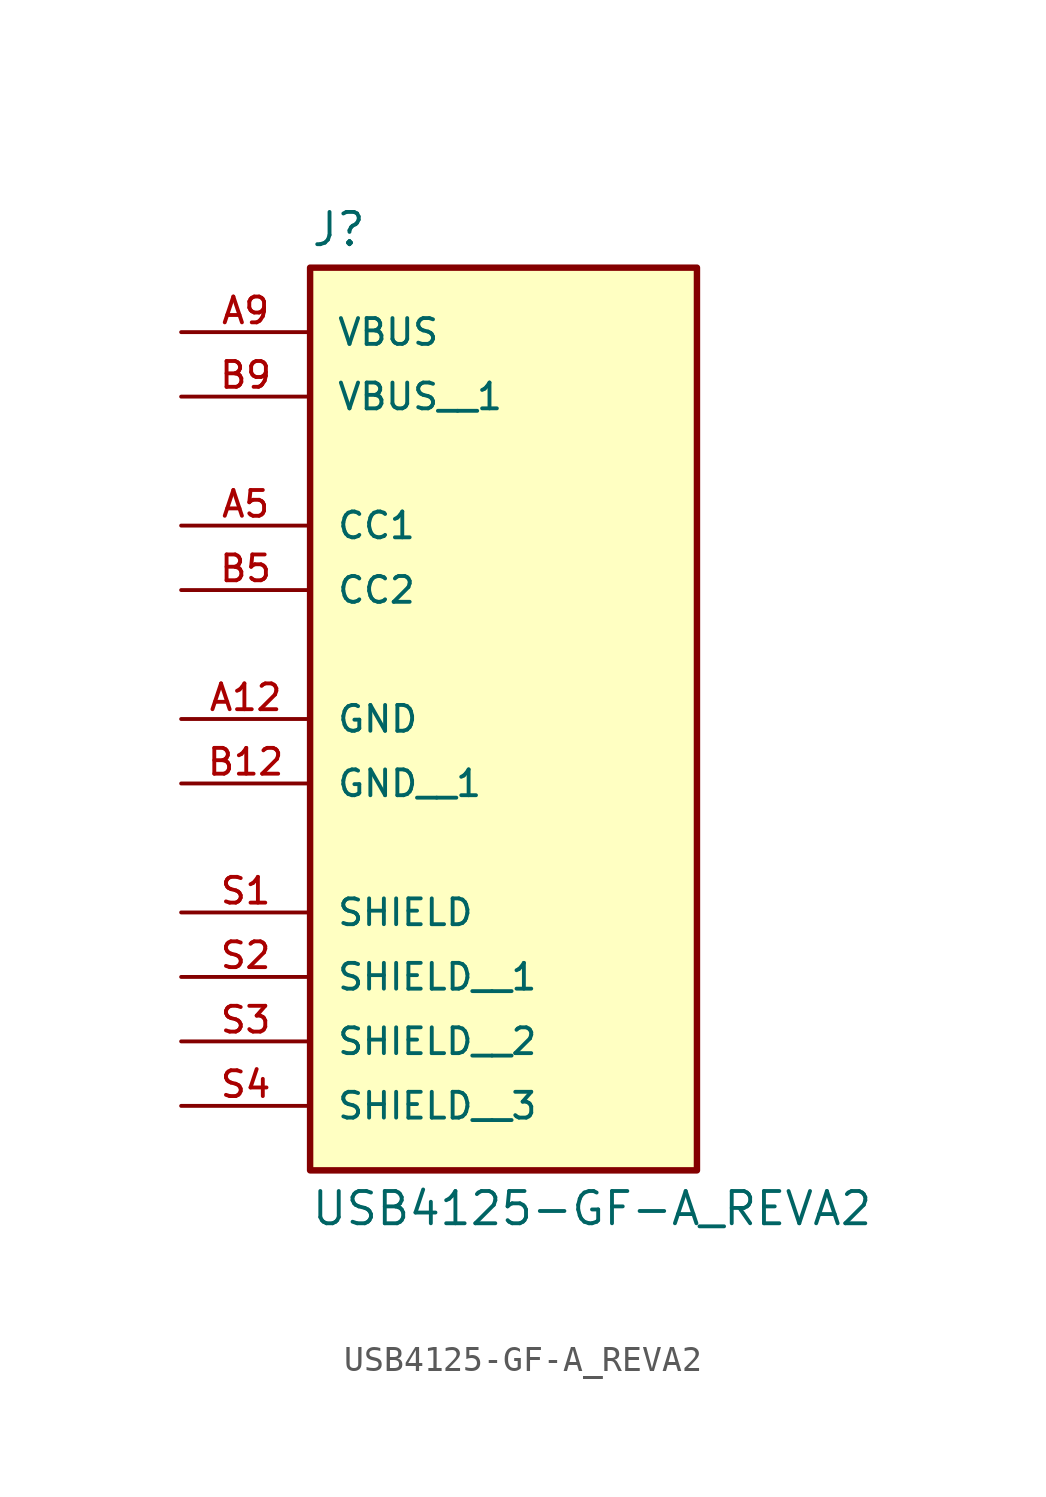
<source format=kicad_sym>
(kicad_symbol_lib
  (version 20231120)
  (generator "kicad_symbol_editor")
  (generator_version "8.0")
  (symbol "USB4125-GF-A_REVA2"
    (pin_names
      (offset 1.016))
    (property "Reference" "J"
      (at -7.62 10.922 0)
      (effects (font (size 1.27 1.27)) (justify left bottom)))
    (property "Value" "USB4125-GF-A_REVA2"
      (at -7.62 -26.162 0)
      (effects (font (size 1.27 1.27)) (justify left top)))
    (symbol "USB4125-GF-A_REVA2_0_0"
      (rectangle (start -7.62 -25.4) (end 7.62 10.16) (stroke (width 0.254) (type default)) (fill (type background)))
      (pin power_in line (at -12.7 -7.62 0) (length 5.08) (name "GND" (effects (font (size 1.016 1.016)))) (number "A12" (effects (font (size 1.016 1.016)))))
      (pin bidirectional line (at -12.7 0 0) (length 5.08) (name "CC1" (effects (font (size 1.016 1.016)))) (number "A5" (effects (font (size 1.016 1.016)))))
      (pin power_in line (at -12.7 7.62 0) (length 5.08) (name "VBUS" (effects (font (size 1.016 1.016)))) (number "A9" (effects (font (size 1.016 1.016)))))
      (pin power_in line (at -12.7 -10.16 0) (length 5.08) (name "GND__1" (effects (font (size 1.016 1.016)))) (number "B12" (effects (font (size 1.016 1.016)))))
      (pin bidirectional line (at -12.7 -2.54 0) (length 5.08) (name "CC2" (effects (font (size 1.016 1.016)))) (number "B5" (effects (font (size 1.016 1.016)))))
      (pin power_in line (at -12.7 5.08 0) (length 5.08) (name "VBUS__1" (effects (font (size 1.016 1.016)))) (number "B9" (effects (font (size 1.016 1.016)))))
      (pin passive line (at -12.7 -15.24 0) (length 5.08) (name "SHIELD" (effects (font (size 1.016 1.016)))) (number "S1" (effects (font (size 1.016 1.016)))))
      (pin passive line (at -12.7 -17.78 0) (length 5.08) (name "SHIELD__1" (effects (font (size 1.016 1.016)))) (number "S2" (effects (font (size 1.016 1.016)))))
      (pin passive line (at -12.7 -20.32 0) (length 5.08) (name "SHIELD__2" (effects (font (size 1.016 1.016)))) (number "S3" (effects (font (size 1.016 1.016)))))
      (pin passive line (at -12.7 -22.86 0) (length 5.08) (name "SHIELD__3" (effects (font (size 1.016 1.016)))) (number "S4" (effects (font (size 1.016 1.016))))))))
</source>
